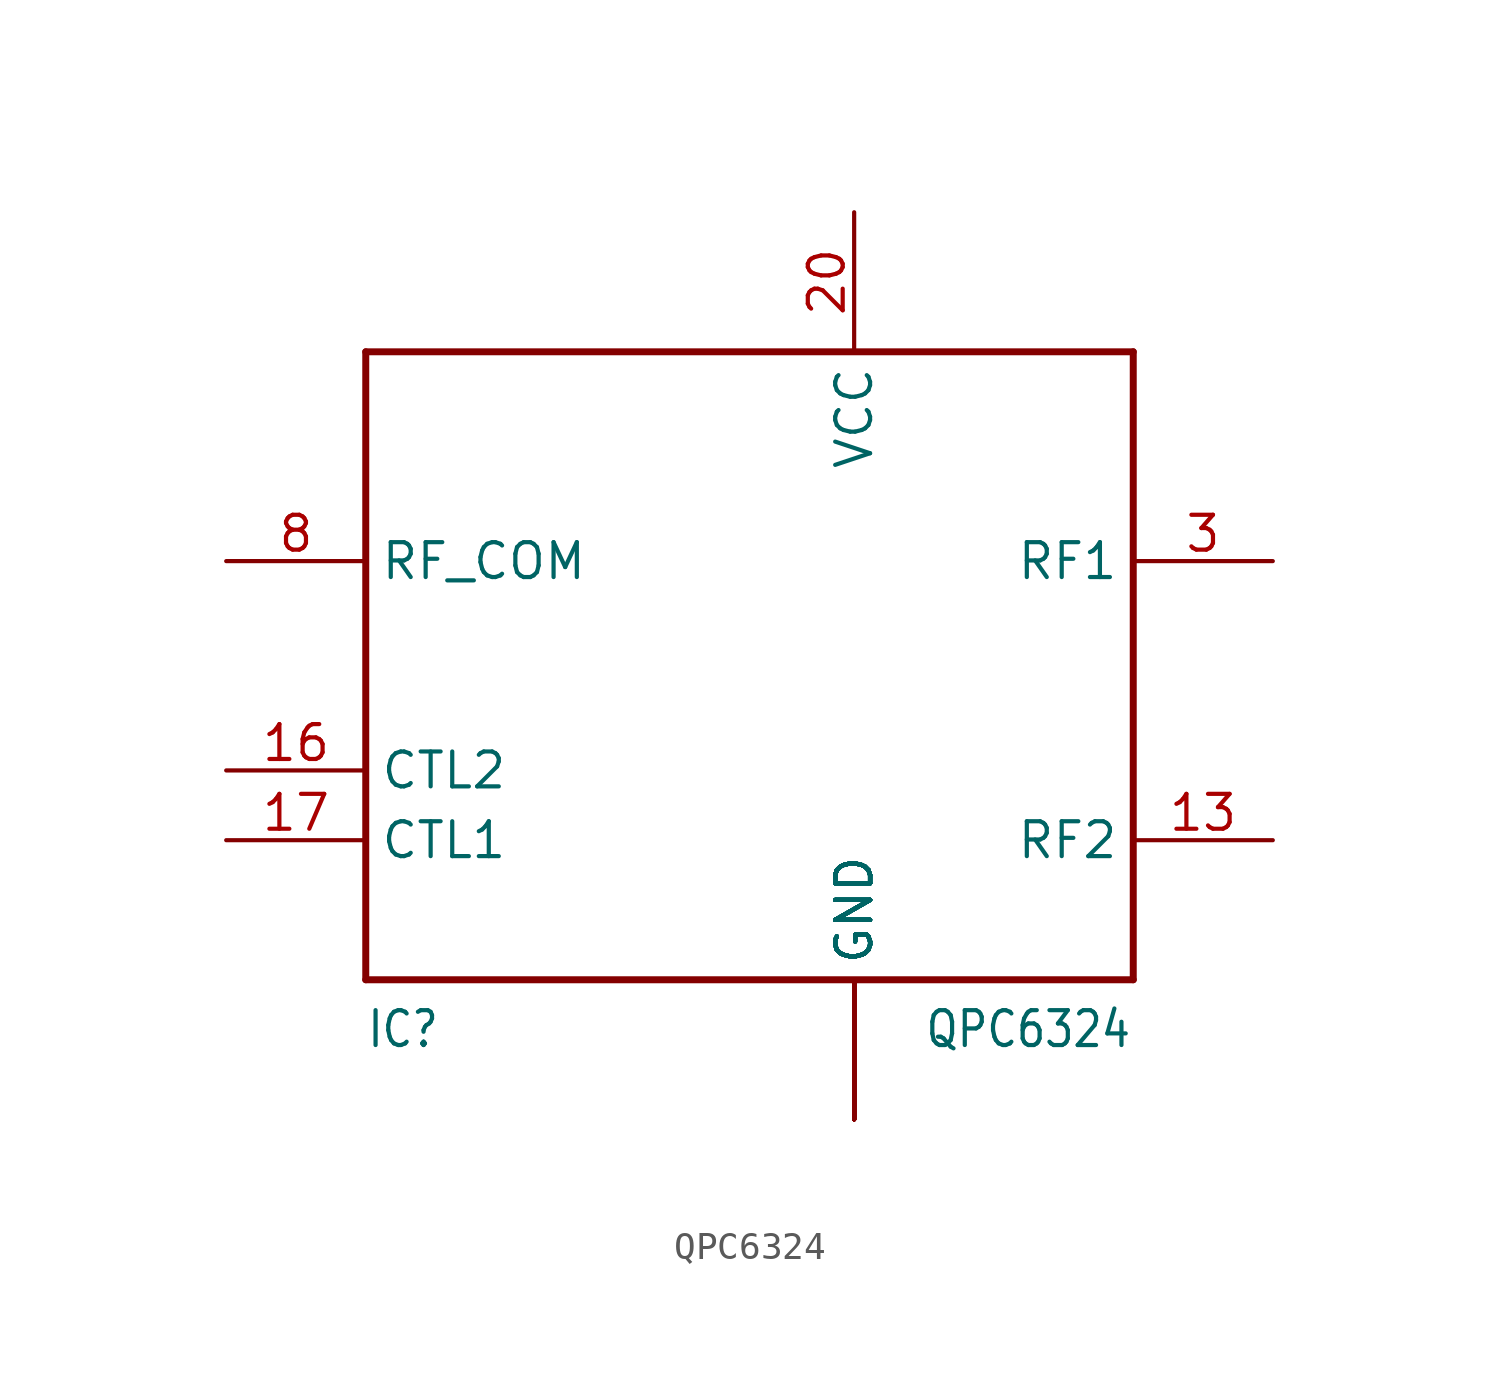
<source format=kicad_sym>
(kicad_symbol_lib
  (version 20201005)
  (generator kicad_symbol_editor)
  (symbol "QPC6324"
    (property "Reference" "IC"
      (at -17.78 -15.24 0)
      (effects (font (size 1.27 1.079)) (justify left bottom)))
    (property "Value" "QPC6324"
      (at 2.54 -15.24 0)
      (effects (font (size 1.27 1.079)) (justify left bottom)))
    (property "ki_locked" ""
      (at 0 0 0)
      (effects (font (size 1.27 1.27))))
    (symbol "QPC6324_1_0"
      (polyline (pts (xy -17.78 -12.7) (xy -17.78 10.16)) (stroke (width 0.254)) (fill (type none)))
      (polyline (pts (xy -17.78 10.16) (xy 10.16 10.16)) (stroke (width 0.254)) (fill (type none)))
      (polyline (pts (xy 10.16 -12.7) (xy -17.78 -12.7)) (stroke (width 0.254)) (fill (type none)))
      (polyline (pts (xy 10.16 10.16) (xy 10.16 -12.7)) (stroke (width 0.254)) (fill (type none)))
      (pin bidirectional line (at 0 -17.78 90) (length 5.08) (name "GND" (effects (font (size 1.27 1.27)))) (number "1" (effects (font (size 0 0)))))
      (pin bidirectional line (at 0 -17.78 90) (length 5.08) (name "GND" (effects (font (size 1.27 1.27)))) (number "10" (effects (font (size 0 0)))))
      (pin bidirectional line (at 0 -17.78 90) (length 5.08) (name "GND" (effects (font (size 1.27 1.27)))) (number "11" (effects (font (size 0 0)))))
      (pin bidirectional line (at 0 -17.78 90) (length 5.08) (name "GND" (effects (font (size 1.27 1.27)))) (number "12" (effects (font (size 0 0)))))
      (pin bidirectional line (at 15.24 -7.62 180) (length 5.08) (name "RF2" (effects (font (size 1.27 1.27)))) (number "13" (effects (font (size 1.27 1.27)))))
      (pin bidirectional line (at 0 -17.78 90) (length 5.08) (name "GND" (effects (font (size 1.27 1.27)))) (number "14" (effects (font (size 0 0)))))
      (pin bidirectional line (at 0 -17.78 90) (length 5.08) (name "GND" (effects (font (size 1.27 1.27)))) (number "15" (effects (font (size 0 0)))))
      (pin bidirectional line (at -22.86 -5.08 0) (length 5.08) (name "CTL2" (effects (font (size 1.27 1.27)))) (number "16" (effects (font (size 1.27 1.27)))))
      (pin bidirectional line (at -22.86 -7.62 0) (length 5.08) (name "CTL1" (effects (font (size 1.27 1.27)))) (number "17" (effects (font (size 1.27 1.27)))))
      (pin bidirectional line (at 0 -17.78 90) (length 5.08) (name "GND" (effects (font (size 1.27 1.27)))) (number "18" (effects (font (size 0 0)))))
      (pin bidirectional line (at 0 -17.78 90) (length 5.08) (name "GND" (effects (font (size 1.27 1.27)))) (number "19" (effects (font (size 0 0)))))
      (pin bidirectional line (at 0 -17.78 90) (length 5.08) (name "GND" (effects (font (size 1.27 1.27)))) (number "2" (effects (font (size 0 0)))))
      (pin bidirectional line (at 0 15.24 270) (length 5.08) (name "VCC" (effects (font (size 1.27 1.27)))) (number "20" (effects (font (size 1.27 1.27)))))
      (pin bidirectional line (at 0 -17.78 90) (length 5.08) (name "GND" (effects (font (size 1.27 1.27)))) (number "21" (effects (font (size 0 0)))))
      (pin bidirectional line (at 15.24 2.54 180) (length 5.08) (name "RF1" (effects (font (size 1.27 1.27)))) (number "3" (effects (font (size 1.27 1.27)))))
      (pin bidirectional line (at 0 -17.78 90) (length 5.08) (name "GND" (effects (font (size 1.27 1.27)))) (number "4" (effects (font (size 0 0)))))
      (pin bidirectional line (at 0 -17.78 90) (length 5.08) (name "GND" (effects (font (size 1.27 1.27)))) (number "5" (effects (font (size 0 0)))))
      (pin bidirectional line (at 0 -17.78 90) (length 5.08) (name "GND" (effects (font (size 1.27 1.27)))) (number "6" (effects (font (size 0 0)))))
      (pin bidirectional line (at 0 -17.78 90) (length 5.08) (name "GND" (effects (font (size 1.27 1.27)))) (number "7" (effects (font (size 0 0)))))
      (pin bidirectional line (at -22.86 2.54 0) (length 5.08) (name "RF_COM" (effects (font (size 1.27 1.27)))) (number "8" (effects (font (size 1.27 1.27)))))
      (pin bidirectional line (at 0 -17.78 90) (length 5.08) (name "GND" (effects (font (size 1.27 1.27)))) (number "9" (effects (font (size 0 0))))))))
</source>
